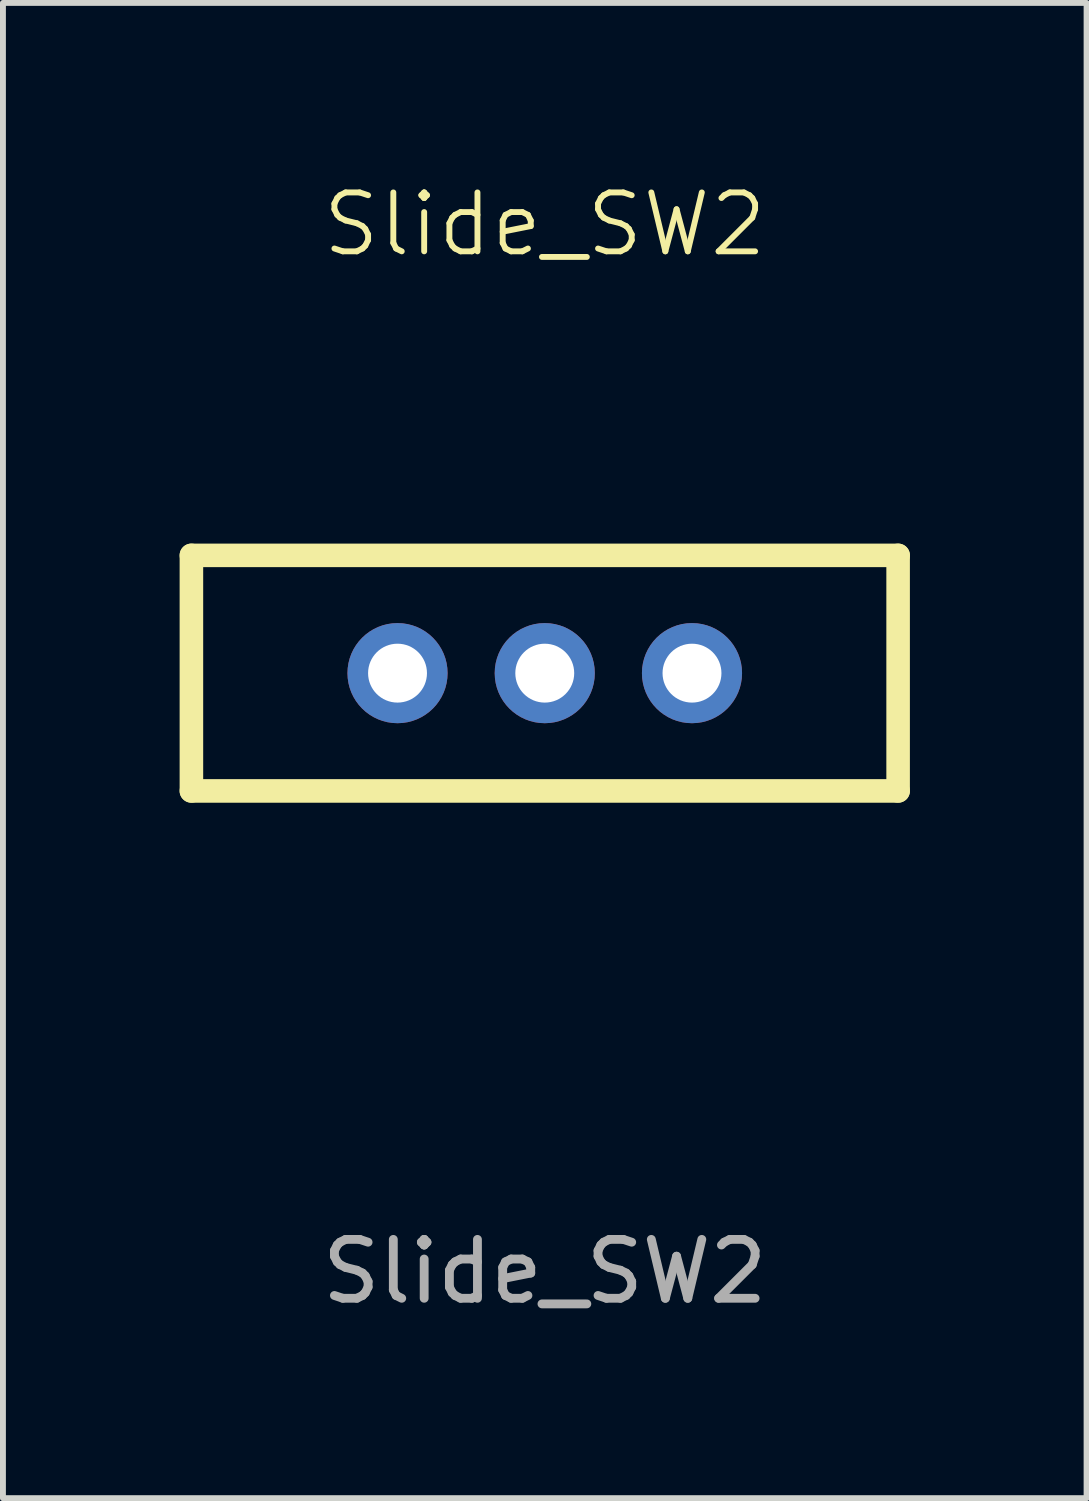
<source format=kicad_pcb>
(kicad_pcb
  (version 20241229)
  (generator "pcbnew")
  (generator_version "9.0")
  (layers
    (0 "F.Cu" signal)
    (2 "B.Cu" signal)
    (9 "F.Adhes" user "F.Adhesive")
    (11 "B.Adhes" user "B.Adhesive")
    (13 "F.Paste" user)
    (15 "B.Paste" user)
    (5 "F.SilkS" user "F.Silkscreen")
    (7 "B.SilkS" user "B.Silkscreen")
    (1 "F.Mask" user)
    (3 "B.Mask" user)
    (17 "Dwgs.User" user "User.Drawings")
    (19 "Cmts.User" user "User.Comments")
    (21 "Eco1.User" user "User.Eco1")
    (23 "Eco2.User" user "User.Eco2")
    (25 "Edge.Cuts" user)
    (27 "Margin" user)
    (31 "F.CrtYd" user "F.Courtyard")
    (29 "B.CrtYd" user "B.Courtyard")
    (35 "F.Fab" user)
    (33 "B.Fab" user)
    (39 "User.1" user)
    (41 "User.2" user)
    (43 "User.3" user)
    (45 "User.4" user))
  (footprint "Slide_SW2"
    (layer "F.Cu")
    (at 6.2 8.38)
    (property "Reference" "Slide_SW2" (at 0 -7.62 0) (unlocked yes) (layer "F.SilkS") (effects (font (size 1 1) (thickness 0.1))))
    (attr through_hole)
    (fp_line (start -6 -2) (end -6 2) (stroke (width 0.4) (type default)) (layer "F.SilkS"))
    (fp_line (start -6 2) (end 6 2) (stroke (width 0.4) (type default)) (layer "F.SilkS"))
    (fp_line (start 6 -2) (end -6 -2) (stroke (width 0.4) (type default)) (layer "F.SilkS"))
    (fp_line (start 6 2) (end 6 -2) (stroke (width 0.4) (type default)) (layer "F.SilkS"))
    (fp_text user "${REFERENCE}" (at 0 10.16 0) (unlocked yes) (layer "F.Fab") (effects (font (size 1 1) (thickness 0.15))))
    (pad "1" thru_hole circle (at -2.5 0) (size 1.7 1.7) (drill 1) (layers "*.Cu" "*.Mask"))
    (pad "2" thru_hole circle (at 0 0) (size 1.7 1.7) (drill 1) (layers "*.Cu" "*.Mask"))
    (pad "3" thru_hole circle (at 2.5 0) (size 1.7 1.7) (drill 1) (layers "*.Cu" "*.Mask")))
  (gr_rect
    (start -3 -3)
    (end 15.4 22.389)
    (stroke (width 0.1) (type default))
    (fill no)
    (layer "Edge.Cuts")))
</source>
